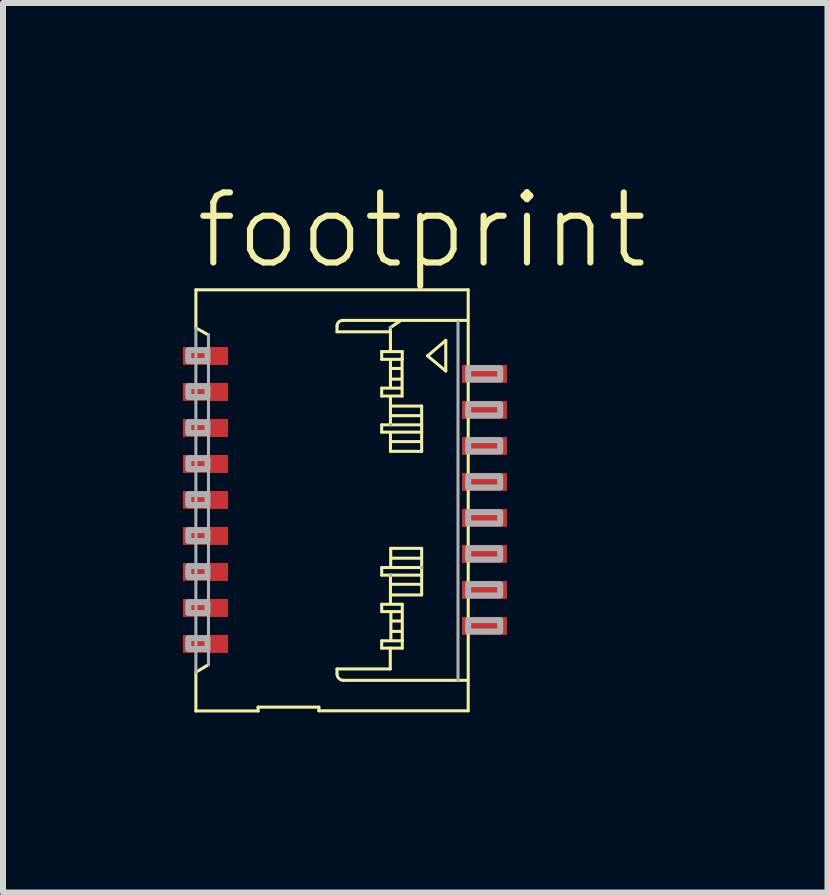
<source format=kicad_pcb>
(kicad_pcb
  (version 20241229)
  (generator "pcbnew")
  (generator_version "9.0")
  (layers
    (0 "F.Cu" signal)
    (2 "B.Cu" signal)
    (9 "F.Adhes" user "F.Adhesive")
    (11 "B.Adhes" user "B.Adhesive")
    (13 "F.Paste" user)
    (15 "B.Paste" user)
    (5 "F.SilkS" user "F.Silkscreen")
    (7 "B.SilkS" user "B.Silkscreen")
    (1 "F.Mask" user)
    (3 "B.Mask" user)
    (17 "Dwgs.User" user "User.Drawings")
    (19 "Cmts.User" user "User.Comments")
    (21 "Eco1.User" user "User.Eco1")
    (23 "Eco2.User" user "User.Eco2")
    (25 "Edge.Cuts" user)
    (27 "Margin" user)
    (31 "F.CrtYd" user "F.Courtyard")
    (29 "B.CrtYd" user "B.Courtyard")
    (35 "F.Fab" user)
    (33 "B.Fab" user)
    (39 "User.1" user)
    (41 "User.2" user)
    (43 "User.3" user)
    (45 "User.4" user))
  (footprint "footprint"
    (layer "F.Cu")
    (at 2.7 5.283)
    (property "Reference" "footprint" (at -2.54 -3.81 0) (layer "F.SilkS") (effects (font (size 1.168 1.168) (thickness 0.102)) (justify left bottom)))
    (fp_line (start -2.485 -3.503) (end -2.485 -2.867) (stroke (width 0.051) (type solid)) (layer "F.SilkS"))
    (fp_line (start -2.485 -2.867) (end -2.275 -2.75) (stroke (width 0.051) (type solid)) (layer "F.SilkS"))
    (fp_line (start -2.485 2.871) (end -2.485 3.517) (stroke (width 0.051) (type solid)) (layer "F.SilkS"))
    (fp_line (start -2.485 3.517) (end -1.448 3.517) (stroke (width 0.051) (type solid)) (layer "F.SilkS"))
    (fp_line (start -2.275 2.745) (end -2.485 2.871) (stroke (width 0.051) (type solid)) (layer "F.SilkS"))
    (fp_line (start -1.448 3.453) (end -0.435 3.453) (stroke (width 0.051) (type solid)) (layer "F.SilkS"))
    (fp_line (start -1.448 3.517) (end -1.448 3.453) (stroke (width 0.051) (type solid)) (layer "F.SilkS"))
    (fp_line (start -0.435 3.453) (end -0.435 3.514) (stroke (width 0.051) (type solid)) (layer "F.SilkS"))
    (fp_line (start -0.435 3.514) (end 2.054 3.514) (stroke (width 0.051) (type solid)) (layer "F.SilkS"))
    (fp_line (start -0.133 -2.898) (end -0.133 -2.803) (stroke (width 0.051) (type solid)) (layer "F.SilkS"))
    (fp_line (start -0.133 -2.803) (end 0.755 -2.803) (stroke (width 0.051) (type solid)) (layer "F.SilkS"))
    (fp_line (start -0.133 2.817) (end 0.755 2.817) (stroke (width 0.051) (type solid)) (layer "F.SilkS"))
    (fp_line (start -0.133 2.898) (end -0.133 2.817) (stroke (width 0.051) (type solid)) (layer "F.SilkS"))
    (fp_line (start 0.612 -2.473) (end 0.738 -2.473) (stroke (width 0.051) (type solid)) (layer "F.SilkS"))
    (fp_line (start 0.612 -2.344) (end 0.612 -2.473) (stroke (width 0.051) (type solid)) (layer "F.SilkS"))
    (fp_line (start 0.612 -1.864) (end 0.945 -1.864) (stroke (width 0.051) (type solid)) (layer "F.SilkS"))
    (fp_line (start 0.612 -1.732) (end 0.612 -1.864) (stroke (width 0.051) (type solid)) (layer "F.SilkS"))
    (fp_line (start 0.612 -1.252) (end 0.612 -1.13) (stroke (width 0.051) (type solid)) (layer "F.SilkS"))
    (fp_line (start 0.612 -1.252) (end 1.278 -1.252) (stroke (width 0.051) (type solid)) (layer "F.SilkS"))
    (fp_line (start 0.612 -1.13) (end 1.278 -1.13) (stroke (width 0.051) (type solid)) (layer "F.SilkS"))
    (fp_line (start 0.612 1.127) (end 1.278 1.127) (stroke (width 0.051) (type solid)) (layer "F.SilkS"))
    (fp_line (start 0.612 1.253) (end 0.612 1.127) (stroke (width 0.051) (type solid)) (layer "F.SilkS"))
    (fp_line (start 0.612 1.739) (end 0.612 1.861) (stroke (width 0.051) (type solid)) (layer "F.SilkS"))
    (fp_line (start 0.612 1.861) (end 0.938 1.861) (stroke (width 0.051) (type solid)) (layer "F.SilkS"))
    (fp_line (start 0.612 2.348) (end 0.955 2.348) (stroke (width 0.051) (type solid)) (layer "F.SilkS"))
    (fp_line (start 0.612 2.47) (end 0.612 2.348) (stroke (width 0.051) (type solid)) (layer "F.SilkS"))
    (fp_line (start 0.755 -2.803) (end 0.755 -2.874) (stroke (width 0.051) (type solid)) (layer "F.SilkS"))
    (fp_line (start 0.755 2.47) (end 0.612 2.47) (stroke (width 0.051) (type solid)) (layer "F.SilkS"))
    (fp_line (start 0.755 2.817) (end 0.755 2.47) (stroke (width 0.051) (type solid)) (layer "F.SilkS"))
    (fp_line (start 0.758 -2.874) (end 0.918 -2.983) (stroke (width 0.051) (type solid)) (layer "F.SilkS"))
    (fp_line (start 0.758 -2.796) (end 0.758 -2.473) (stroke (width 0.051) (type solid)) (layer "F.SilkS"))
    (fp_line (start 0.758 -2.473) (end 0.955 -2.473) (stroke (width 0.051) (type solid)) (layer "F.SilkS"))
    (fp_line (start 0.758 -2.316) (end 0.758 -1.874) (stroke (width 0.051) (type solid)) (layer "F.SilkS"))
    (fp_line (start 0.758 -1.708) (end 0.758 -1.252) (stroke (width 0.051) (type solid)) (layer "F.SilkS"))
    (fp_line (start 0.758 -0.81) (end 0.758 -1.106) (stroke (width 0.051) (type solid)) (layer "F.SilkS"))
    (fp_line (start 0.758 1.253) (end 1.278 1.253) (stroke (width 0.051) (type solid)) (layer "F.SilkS"))
    (fp_line (start 0.758 1.712) (end 0.758 1.253) (stroke (width 0.051) (type solid)) (layer "F.SilkS"))
    (fp_line (start 0.762 0.807) (end 0.762 1.103) (stroke (width 0.051) (type solid)) (layer "F.SilkS"))
    (fp_line (start 0.762 1.253) (end 0.612 1.253) (stroke (width 0.051) (type solid)) (layer "F.SilkS"))
    (fp_line (start 0.765 1.889) (end 0.765 2.337) (stroke (width 0.051) (type solid)) (layer "F.SilkS"))
    (fp_line (start 0.785 -2.191) (end 0.925 -2.191) (stroke (width 0.051) (type solid)) (layer "F.SilkS"))
    (fp_line (start 0.785 -2.014) (end 0.928 -2.014) (stroke (width 0.051) (type solid)) (layer "F.SilkS"))
    (fp_line (start 0.785 -1.405) (end 1.255 -1.405) (stroke (width 0.051) (type solid)) (layer "F.SilkS"))
    (fp_line (start 0.785 -0.973) (end 1.251 -0.973) (stroke (width 0.051) (type solid)) (layer "F.SilkS"))
    (fp_line (start 0.785 1.406) (end 1.251 1.406) (stroke (width 0.051) (type solid)) (layer "F.SilkS"))
    (fp_line (start 0.789 0.971) (end 1.255 0.971) (stroke (width 0.051) (type solid)) (layer "F.SilkS"))
    (fp_line (start 0.789 2.191) (end 0.932 2.191) (stroke (width 0.051) (type solid)) (layer "F.SilkS"))
    (fp_line (start 0.792 2.018) (end 0.932 2.018) (stroke (width 0.051) (type solid)) (layer "F.SilkS"))
    (fp_line (start 0.952 -2.316) (end 0.952 -1.732) (stroke (width 0.051) (type solid)) (layer "F.SilkS"))
    (fp_line (start 0.952 -1.732) (end 0.612 -1.732) (stroke (width 0.051) (type solid)) (layer "F.SilkS"))
    (fp_line (start 0.955 -2.473) (end 0.955 -2.344) (stroke (width 0.051) (type solid)) (layer "F.SilkS"))
    (fp_line (start 0.955 -2.344) (end 0.612 -2.344) (stroke (width 0.051) (type solid)) (layer "F.SilkS"))
    (fp_line (start 0.955 1.739) (end 0.612 1.739) (stroke (width 0.051) (type solid)) (layer "F.SilkS"))
    (fp_line (start 0.955 2.348) (end 0.955 1.739) (stroke (width 0.051) (type solid)) (layer "F.SilkS"))
    (fp_line (start 0.955 2.348) (end 0.955 2.47) (stroke (width 0.051) (type solid)) (layer "F.SilkS"))
    (fp_line (start 0.955 2.47) (end 0.755 2.47) (stroke (width 0.051) (type solid)) (layer "F.SilkS"))
    (fp_line (start 1.278 -1.565) (end 0.782 -1.565) (stroke (width 0.051) (type solid)) (layer "F.SilkS"))
    (fp_line (start 1.278 -1.252) (end 1.278 -1.565) (stroke (width 0.051) (type solid)) (layer "F.SilkS"))
    (fp_line (start 1.278 -1.13) (end 1.278 -1.249) (stroke (width 0.051) (type solid)) (layer "F.SilkS"))
    (fp_line (start 1.278 -1.123) (end 1.278 -0.81) (stroke (width 0.051) (type solid)) (layer "F.SilkS"))
    (fp_line (start 1.278 -0.81) (end 0.758 -0.81) (stroke (width 0.051) (type solid)) (layer "F.SilkS"))
    (fp_line (start 1.278 0.807) (end 0.762 0.807) (stroke (width 0.051) (type solid)) (layer "F.SilkS"))
    (fp_line (start 1.278 1.236) (end 1.278 0.807) (stroke (width 0.051) (type solid)) (layer "F.SilkS"))
    (fp_line (start 1.278 1.253) (end 1.278 1.583) (stroke (width 0.051) (type solid)) (layer "F.SilkS"))
    (fp_line (start 1.278 1.583) (end 0.785 1.583) (stroke (width 0.051) (type solid)) (layer "F.SilkS"))
    (fp_line (start 1.377 -2.401) (end 1.68 -2.66) (stroke (width 0.051) (type solid)) (layer "F.SilkS"))
    (fp_line (start 1.68 -2.66) (end 1.68 -2.15) (stroke (width 0.051) (type solid)) (layer "F.SilkS"))
    (fp_line (start 1.68 -2.15) (end 1.377 -2.401) (stroke (width 0.051) (type solid)) (layer "F.SilkS"))
    (fp_line (start 2.026 3.007) (end -0.024 3.007) (stroke (width 0.051) (type solid)) (layer "F.SilkS"))
    (fp_line (start 2.03 -2.993) (end -0.037 -2.993) (stroke (width 0.051) (type solid)) (layer "F.SilkS"))
    (fp_line (start 2.054 -3.503) (end -2.485 -3.503) (stroke (width 0.051) (type solid)) (layer "F.SilkS"))
    (fp_line (start 2.054 3.514) (end 2.054 -3.503) (stroke (width 0.051) (type solid)) (layer "F.SilkS"))
    (fp_arc (start -0.132599 -2.897799) (mid -0.104716 -2.965116) (end -0.0374 -2.993) (stroke (width 0.0508) (type solid)) (layer "F.SilkS"))
    (fp_arc (start -0.0238 3.0072) (mid -0.100733 2.975333) (end -0.132599 2.898399) (stroke (width 0.0508) (type solid)) (layer "F.SilkS"))
    (fp_line (start -2.485 -2.86) (end -2.485 2.871) (stroke (width 0.051) (type solid)) (layer "F.Fab"))
    (fp_line (start -2.275 -2.75) (end -2.275 2.74) (stroke (width 0.051) (type solid)) (layer "F.Fab"))
    (fp_line (start 0.755 -2.874) (end 0.758 -2.874) (stroke (width 0.051) (type solid)) (layer "F.Fab"))
    (fp_line (start 0.758 -1.252) (end 0.762 -1.252) (stroke (width 0.051) (type solid)) (layer "F.Fab"))
    (fp_line (start 0.762 1.26) (end 0.762 1.253) (stroke (width 0.051) (type solid)) (layer "F.Fab"))
    (fp_line (start 1.278 1.127) (end 1.278 1.13) (stroke (width 0.051) (type solid)) (layer "F.Fab"))
    (fp_line (start 1.884 3.007) (end 1.884 -2.971) (stroke (width 0.051) (type solid)) (layer "F.Fab"))
    (fp_poly (pts (xy -2.611 -2.316) (xy -2.292 -2.316) (xy -2.292 -2.497) (xy -2.611 -2.497)) (stroke (width 0.1) (type solid)) (fill no) (layer "F.Fab"))
    (fp_poly (pts (xy -2.611 -1.716) (xy -2.292 -1.716) (xy -2.292 -1.897) (xy -2.611 -1.897)) (stroke (width 0.1) (type solid)) (fill no) (layer "F.Fab"))
    (fp_poly (pts (xy -2.611 -1.116) (xy -2.292 -1.116) (xy -2.292 -1.297) (xy -2.611 -1.297)) (stroke (width 0.1) (type solid)) (fill no) (layer "F.Fab"))
    (fp_poly (pts (xy -2.611 -0.516) (xy -2.292 -0.516) (xy -2.292 -0.697) (xy -2.611 -0.697)) (stroke (width 0.1) (type solid)) (fill no) (layer "F.Fab"))
    (fp_poly (pts (xy -2.611 0.084) (xy -2.292 0.084) (xy -2.292 -0.097) (xy -2.611 -0.097)) (stroke (width 0.1) (type solid)) (fill no) (layer "F.Fab"))
    (fp_poly (pts (xy -2.611 0.684) (xy -2.292 0.684) (xy -2.292 0.503) (xy -2.611 0.503)) (stroke (width 0.1) (type solid)) (fill no) (layer "F.Fab"))
    (fp_poly (pts (xy -2.611 1.284) (xy -2.292 1.284) (xy -2.292 1.103) (xy -2.611 1.103)) (stroke (width 0.1) (type solid)) (fill no) (layer "F.Fab"))
    (fp_poly (pts (xy -2.611 1.884) (xy -2.292 1.884) (xy -2.292 1.703) (xy -2.611 1.703)) (stroke (width 0.1) (type solid)) (fill no) (layer "F.Fab"))
    (fp_poly (pts (xy -2.611 2.484) (xy -2.292 2.484) (xy -2.292 2.303) (xy -2.611 2.303)) (stroke (width 0.1) (type solid)) (fill no) (layer "F.Fab"))
    (fp_poly (pts (xy 2.054 -2.007) (xy 2.587 -2.007) (xy 2.587 -2.197) (xy 2.054 -2.197)) (stroke (width 0.1) (type solid)) (fill no) (layer "F.Fab"))
    (fp_poly (pts (xy 2.054 -1.407) (xy 2.587 -1.407) (xy 2.587 -1.597) (xy 2.054 -1.597)) (stroke (width 0.1) (type solid)) (fill no) (layer "F.Fab"))
    (fp_poly (pts (xy 2.054 -0.807) (xy 2.587 -0.807) (xy 2.587 -0.997) (xy 2.054 -0.997)) (stroke (width 0.1) (type solid)) (fill no) (layer "F.Fab"))
    (fp_poly (pts (xy 2.054 -0.207) (xy 2.587 -0.207) (xy 2.587 -0.397) (xy 2.054 -0.397)) (stroke (width 0.1) (type solid)) (fill no) (layer "F.Fab"))
    (fp_poly (pts (xy 2.054 0.393) (xy 2.587 0.393) (xy 2.587 0.203) (xy 2.054 0.203)) (stroke (width 0.1) (type solid)) (fill no) (layer "F.Fab"))
    (fp_poly (pts (xy 2.054 0.993) (xy 2.587 0.993) (xy 2.587 0.803) (xy 2.054 0.803)) (stroke (width 0.1) (type solid)) (fill no) (layer "F.Fab"))
    (fp_poly (pts (xy 2.054 1.593) (xy 2.587 1.593) (xy 2.587 1.403) (xy 2.054 1.403)) (stroke (width 0.1) (type solid)) (fill no) (layer "F.Fab"))
    (fp_poly (pts (xy 2.054 2.193) (xy 2.587 2.193) (xy 2.587 2.003) (xy 2.054 2.003)) (stroke (width 0.1) (type solid)) (fill no) (layer "F.Fab"))
    (pad "1" smd rect (at -2.325 -2.4) (size 0.75 0.3) (layers "F.Cu" "F.Mask" "F.Paste"))
    (pad "2" smd rect (at -2.325 -1.8) (size 0.75 0.3) (layers "F.Cu" "F.Mask" "F.Paste"))
    (pad "3" smd rect (at -2.325 -1.2) (size 0.75 0.3) (layers "F.Cu" "F.Mask" "F.Paste"))
    (pad "4" smd rect (at -2.325 -0.6) (size 0.75 0.3) (layers "F.Cu" "F.Mask" "F.Paste"))
    (pad "5" smd rect (at -2.325 0) (size 0.75 0.3) (layers "F.Cu" "F.Mask" "F.Paste"))
    (pad "6" smd rect (at -2.325 0.6) (size 0.75 0.3) (layers "F.Cu" "F.Mask" "F.Paste"))
    (pad "7" smd rect (at -2.325 1.2) (size 0.75 0.3) (layers "F.Cu" "F.Mask" "F.Paste"))
    (pad "8" smd rect (at -2.325 1.8) (size 0.75 0.3) (layers "F.Cu" "F.Mask" "F.Paste"))
    (pad "9" smd rect (at -2.325 2.4) (size 0.75 0.3) (layers "F.Cu" "F.Mask" "F.Paste"))
    (pad "10" smd rect (at 2.325 -2.1) (size 0.75 0.3) (layers "F.Cu" "F.Mask" "F.Paste"))
    (pad "11" smd rect (at 2.325 -1.5) (size 0.75 0.3) (layers "F.Cu" "F.Mask" "F.Paste"))
    (pad "12" smd rect (at 2.325 -0.9) (size 0.75 0.3) (layers "F.Cu" "F.Mask" "F.Paste"))
    (pad "13" smd rect (at 2.325 -0.3) (size 0.75 0.3) (layers "F.Cu" "F.Mask" "F.Paste"))
    (pad "14" smd rect (at 2.325 0.3) (size 0.75 0.3) (layers "F.Cu" "F.Mask" "F.Paste"))
    (pad "15" smd rect (at 2.325 0.9) (size 0.75 0.3) (layers "F.Cu" "F.Mask" "F.Paste"))
    (pad "16" smd rect (at 2.325 1.5) (size 0.75 0.3) (layers "F.Cu" "F.Mask" "F.Paste"))
    (pad "17" smd rect (at 2.325 2.1) (size 0.75 0.3) (layers "F.Cu" "F.Mask" "F.Paste")))
  (gr_rect
    (start -3 -3)
    (end 10.742 11.826)
    (stroke (width 0.1) (type default))
    (fill no)
    (layer "Edge.Cuts")))
</source>
